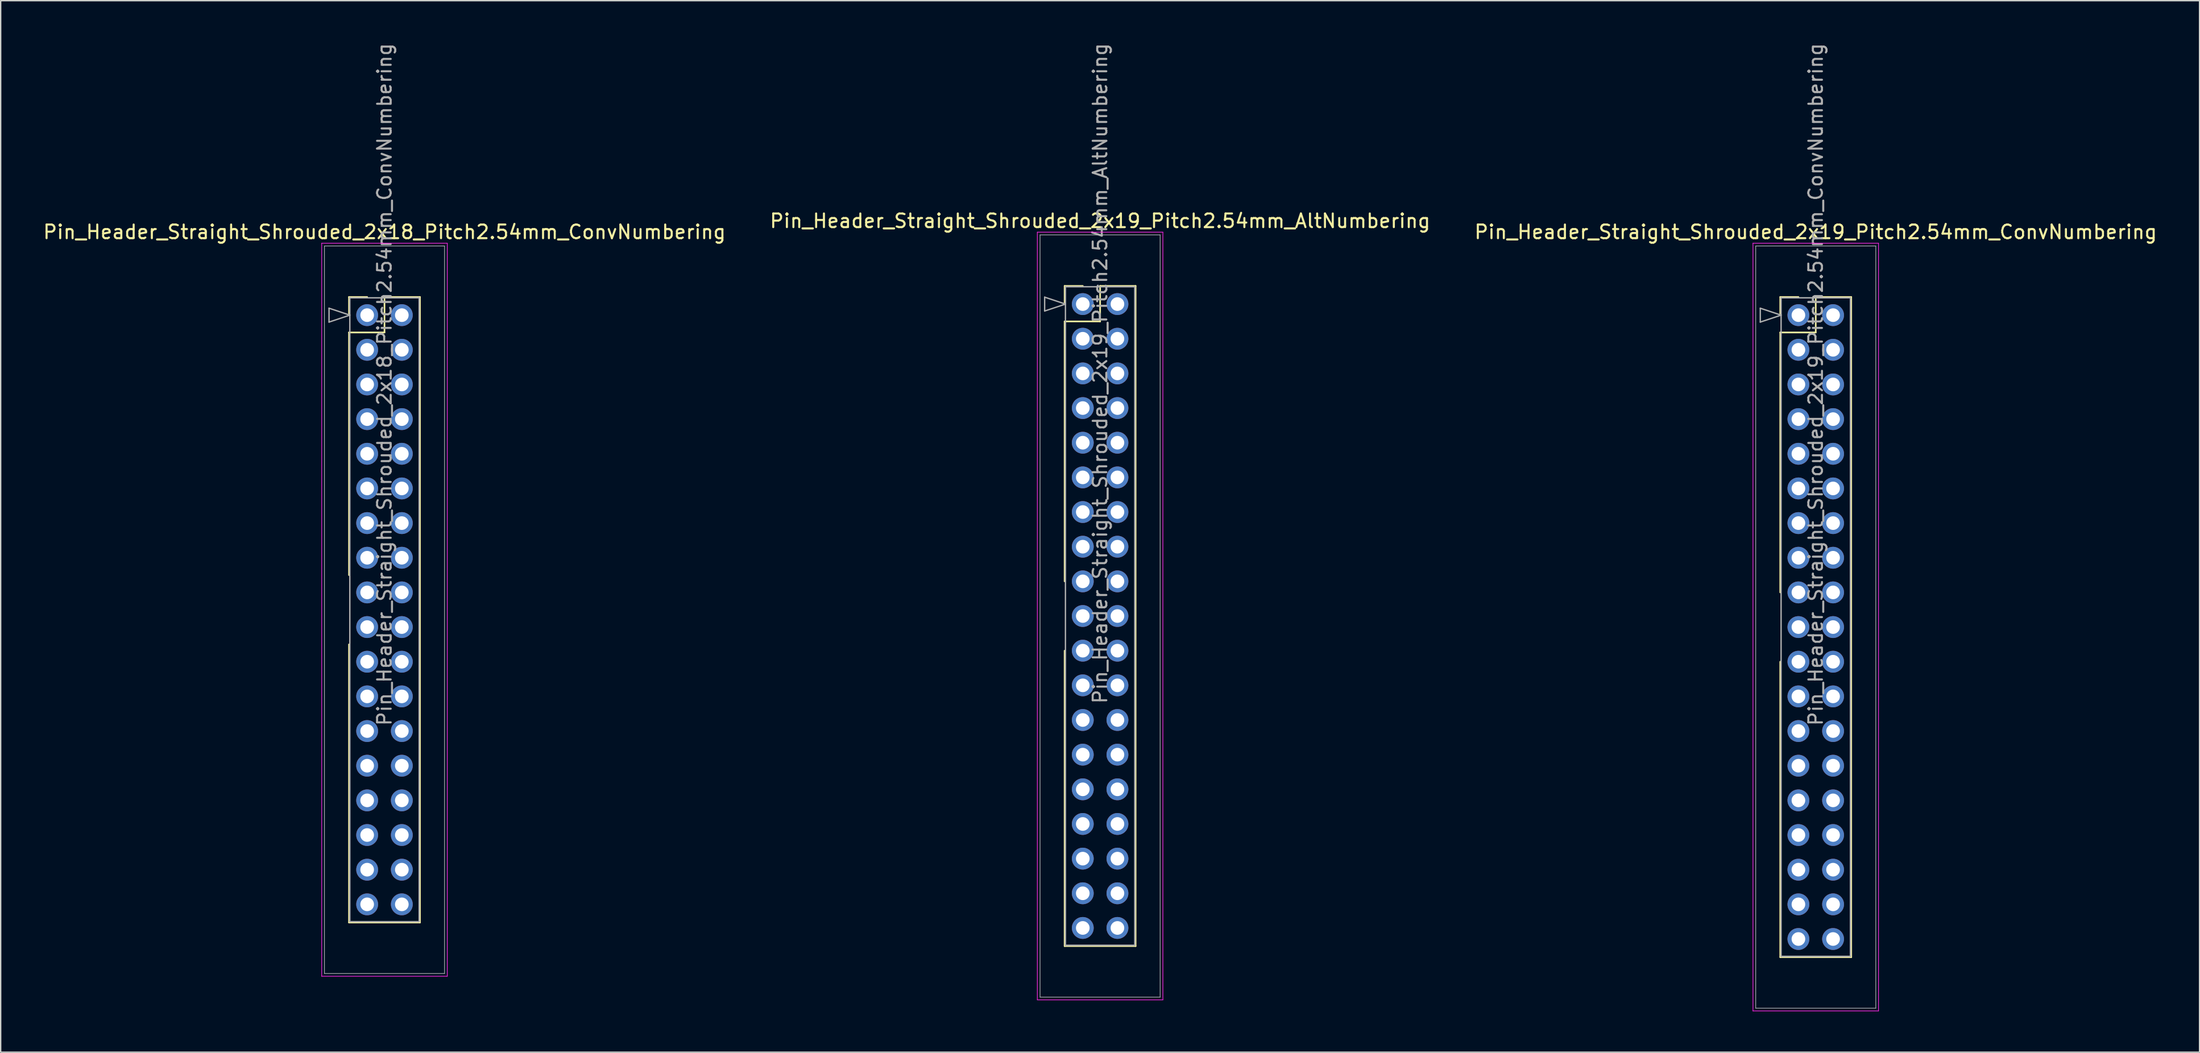
<source format=kicad_pcb>
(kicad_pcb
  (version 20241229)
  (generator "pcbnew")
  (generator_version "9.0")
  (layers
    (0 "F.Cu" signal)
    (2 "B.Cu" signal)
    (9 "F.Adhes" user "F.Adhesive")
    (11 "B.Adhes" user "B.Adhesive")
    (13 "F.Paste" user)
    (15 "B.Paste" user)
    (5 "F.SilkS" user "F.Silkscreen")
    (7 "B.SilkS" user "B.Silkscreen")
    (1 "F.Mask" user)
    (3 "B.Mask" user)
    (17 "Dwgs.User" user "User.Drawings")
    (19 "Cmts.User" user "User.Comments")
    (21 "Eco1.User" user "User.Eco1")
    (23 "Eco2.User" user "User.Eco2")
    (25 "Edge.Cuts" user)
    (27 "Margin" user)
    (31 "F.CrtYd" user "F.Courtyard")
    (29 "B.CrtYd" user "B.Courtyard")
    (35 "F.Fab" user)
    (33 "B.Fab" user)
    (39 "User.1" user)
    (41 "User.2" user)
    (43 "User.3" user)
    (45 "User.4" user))
  (footprint "Pin_Header_Straight_Shrouded_2x18_Pitch2.54mm_ConvNumbering"
    (layer "F.Cu")
    (at 23.855 20.045)
    (property "Reference" "Pin_Header_Straight_Shrouded_2x18_Pitch2.54mm_ConvNumbering" (at 1.27 -6.096 0) (layer "F.SilkS") (effects (font (size 1 1) (thickness 0.15))))
    (attr through_hole)
    (fp_line (start -1.33 -1.33) (end 0 -1.33) (stroke (width 0.12) (type solid)) (layer "F.SilkS"))
    (fp_line (start -1.33 0) (end -1.33 -1.33) (stroke (width 0.12) (type solid)) (layer "F.SilkS"))
    (fp_line (start -1.33 1.27) (end -1.33 19.05) (stroke (width 0.12) (type solid)) (layer "F.SilkS"))
    (fp_line (start -1.33 1.27) (end 1.27 1.27) (stroke (width 0.12) (type solid)) (layer "F.SilkS"))
    (fp_line (start -1.33 24.13) (end -1.33 44.51) (stroke (width 0.12) (type solid)) (layer "F.SilkS"))
    (fp_line (start -1.33 44.51) (end 3.87 44.51) (stroke (width 0.12) (type solid)) (layer "F.SilkS"))
    (fp_line (start 1.27 -1.33) (end 3.87 -1.33) (stroke (width 0.12) (type solid)) (layer "F.SilkS"))
    (fp_line (start 1.27 1.27) (end 1.27 -1.33) (stroke (width 0.12) (type solid)) (layer "F.SilkS"))
    (fp_line (start 3.87 -1.33) (end 3.87 44.51) (stroke (width 0.12) (type solid)) (layer "F.SilkS"))
    (fp_line (start -3.33 -5.27) (end -3.33 48.45) (stroke (width 0.05) (type solid)) (layer "F.CrtYd"))
    (fp_line (start -3.33 48.45) (end 5.87 48.45) (stroke (width 0.05) (type solid)) (layer "F.CrtYd"))
    (fp_line (start 5.87 -5.27) (end -3.33 -5.27) (stroke (width 0.05) (type solid)) (layer "F.CrtYd"))
    (fp_line (start 5.87 48.45) (end 5.87 -5.27) (stroke (width 0.05) (type solid)) (layer "F.CrtYd"))
    (fp_line (start -3.13 -5.07) (end -3.13 48.25) (stroke (width 0.05) (type solid)) (layer "F.Fab"))
    (fp_line (start -3.13 48.25) (end 5.67 48.25) (stroke (width 0.05) (type solid)) (layer "F.Fab"))
    (fp_line (start -2.794 -0.508) (end -1.27 0) (stroke (width 0.1) (type solid)) (layer "F.Fab"))
    (fp_line (start -2.794 0.508) (end -2.794 -0.508) (stroke (width 0.1) (type solid)) (layer "F.Fab"))
    (fp_line (start -1.27 -1.27) (end -1.27 44.45) (stroke (width 0.1) (type solid)) (layer "F.Fab"))
    (fp_line (start -1.27 0) (end -2.794 0.508) (stroke (width 0.1) (type solid)) (layer "F.Fab"))
    (fp_line (start -1.27 44.45) (end 3.81 44.45) (stroke (width 0.1) (type solid)) (layer "F.Fab"))
    (fp_line (start 3.81 -1.27) (end -1.27 -1.27) (stroke (width 0.1) (type solid)) (layer "F.Fab"))
    (fp_line (start 3.81 44.45) (end 3.81 -1.27) (stroke (width 0.1) (type solid)) (layer "F.Fab"))
    (fp_line (start 5.67 -5.07) (end -3.13 -5.07) (stroke (width 0.05) (type solid)) (layer "F.Fab"))
    (fp_line (start 5.67 48.25) (end 5.67 -5.07) (stroke (width 0.05) (type solid)) (layer "F.Fab"))
    (fp_text user "${REFERENCE}" (at 1.27 5.08 90) (layer "F.Fab") (effects (font (size 1 1) (thickness 0.15))))
    (pad "1" thru_hole oval (at 0 0) (size 1.6 1.6) (drill 1) (layers "*.Cu" "*.Mask"))
    (pad "2" thru_hole oval (at 2.54 0) (size 1.6 1.6) (drill 1) (layers "*.Cu" "*.Mask"))
    (pad "3" thru_hole oval (at 0 2.54) (size 1.6 1.6) (drill 1) (layers "*.Cu" "*.Mask"))
    (pad "4" thru_hole oval (at 2.54 2.54) (size 1.6 1.6) (drill 1) (layers "*.Cu" "*.Mask"))
    (pad "5" thru_hole oval (at 0 5.08) (size 1.6 1.6) (drill 1) (layers "*.Cu" "*.Mask"))
    (pad "6" thru_hole oval (at 2.54 5.08) (size 1.6 1.6) (drill 1) (layers "*.Cu" "*.Mask"))
    (pad "7" thru_hole oval (at 0 7.62) (size 1.6 1.6) (drill 1) (layers "*.Cu" "*.Mask"))
    (pad "8" thru_hole oval (at 2.54 7.62) (size 1.6 1.6) (drill 1) (layers "*.Cu" "*.Mask"))
    (pad "9" thru_hole oval (at 0 10.16) (size 1.6 1.6) (drill 1) (layers "*.Cu" "*.Mask"))
    (pad "10" thru_hole oval (at 2.54 10.16) (size 1.6 1.6) (drill 1) (layers "*.Cu" "*.Mask"))
    (pad "11" thru_hole oval (at 0 12.7) (size 1.6 1.6) (drill 1) (layers "*.Cu" "*.Mask"))
    (pad "12" thru_hole oval (at 2.54 12.7) (size 1.6 1.6) (drill 1) (layers "*.Cu" "*.Mask"))
    (pad "13" thru_hole oval (at 0 15.24) (size 1.6 1.6) (drill 1) (layers "*.Cu" "*.Mask"))
    (pad "14" thru_hole oval (at 2.54 15.24) (size 1.6 1.6) (drill 1) (layers "*.Cu" "*.Mask"))
    (pad "15" thru_hole oval (at 0 17.78) (size 1.6 1.6) (drill 1) (layers "*.Cu" "*.Mask"))
    (pad "16" thru_hole oval (at 2.54 17.78) (size 1.6 1.6) (drill 1) (layers "*.Cu" "*.Mask"))
    (pad "17" thru_hole oval (at 0 20.32) (size 1.6 1.6) (drill 1) (layers "*.Cu" "*.Mask"))
    (pad "18" thru_hole oval (at 2.54 20.32) (size 1.6 1.6) (drill 1) (layers "*.Cu" "*.Mask"))
    (pad "19" thru_hole oval (at 0 22.86) (size 1.6 1.6) (drill 1) (layers "*.Cu" "*.Mask"))
    (pad "20" thru_hole oval (at 2.54 22.86) (size 1.6 1.6) (drill 1) (layers "*.Cu" "*.Mask"))
    (pad "21" thru_hole oval (at 0 25.4) (size 1.6 1.6) (drill 1) (layers "*.Cu" "*.Mask"))
    (pad "22" thru_hole oval (at 2.54 25.4) (size 1.6 1.6) (drill 1) (layers "*.Cu" "*.Mask"))
    (pad "23" thru_hole oval (at 0 27.94) (size 1.6 1.6) (drill 1) (layers "*.Cu" "*.Mask"))
    (pad "24" thru_hole oval (at 2.54 27.94) (size 1.6 1.6) (drill 1) (layers "*.Cu" "*.Mask"))
    (pad "25" thru_hole oval (at 0 30.48) (size 1.6 1.6) (drill 1) (layers "*.Cu" "*.Mask"))
    (pad "26" thru_hole oval (at 2.54 30.48) (size 1.6 1.6) (drill 1) (layers "*.Cu" "*.Mask"))
    (pad "27" thru_hole oval (at 0 33.02) (size 1.6 1.6) (drill 1) (layers "*.Cu" "*.Mask"))
    (pad "28" thru_hole oval (at 2.54 33.02) (size 1.6 1.6) (drill 1) (layers "*.Cu" "*.Mask"))
    (pad "29" thru_hole oval (at 0 35.56) (size 1.6 1.6) (drill 1) (layers "*.Cu" "*.Mask"))
    (pad "30" thru_hole oval (at 2.54 35.56) (size 1.6 1.6) (drill 1) (layers "*.Cu" "*.Mask"))
    (pad "31" thru_hole oval (at 0 38.1) (size 1.6 1.6) (drill 1) (layers "*.Cu" "*.Mask"))
    (pad "32" thru_hole oval (at 2.54 38.1) (size 1.6 1.6) (drill 1) (layers "*.Cu" "*.Mask"))
    (pad "33" thru_hole oval (at 0 40.64) (size 1.6 1.6) (drill 1) (layers "*.Cu" "*.Mask"))
    (pad "34" thru_hole oval (at 2.54 40.64) (size 1.6 1.6) (drill 1) (layers "*.Cu" "*.Mask"))
    (pad "35" thru_hole oval (at 0 43.18) (size 1.6 1.6) (drill 1) (layers "*.Cu" "*.Mask"))
    (pad "36" thru_hole oval (at 2.54 43.18) (size 1.6 1.6) (drill 1) (layers "*.Cu" "*.Mask")))
  (footprint "Pin_Header_Straight_Shrouded_2x19_Pitch2.54mm_ConvNumbering"
    (layer "F.Cu")
    (at 128.736 20.045)
    (property "Reference" "Pin_Header_Straight_Shrouded_2x19_Pitch2.54mm_ConvNumbering" (at 1.27 -6.096 0) (layer "F.SilkS") (effects (font (size 1 1) (thickness 0.15))))
    (attr through_hole)
    (fp_line (start -1.33 -1.33) (end 0 -1.33) (stroke (width 0.12) (type solid)) (layer "F.SilkS"))
    (fp_line (start -1.33 0) (end -1.33 -1.33) (stroke (width 0.12) (type solid)) (layer "F.SilkS"))
    (fp_line (start -1.33 1.27) (end -1.33 20.32) (stroke (width 0.12) (type solid)) (layer "F.SilkS"))
    (fp_line (start -1.33 1.27) (end 1.27 1.27) (stroke (width 0.12) (type solid)) (layer "F.SilkS"))
    (fp_line (start -1.33 25.4) (end -1.33 47.05) (stroke (width 0.12) (type solid)) (layer "F.SilkS"))
    (fp_line (start -1.33 47.05) (end 3.87 47.05) (stroke (width 0.12) (type solid)) (layer "F.SilkS"))
    (fp_line (start 1.27 -1.33) (end 3.87 -1.33) (stroke (width 0.12) (type solid)) (layer "F.SilkS"))
    (fp_line (start 1.27 1.27) (end 1.27 -1.33) (stroke (width 0.12) (type solid)) (layer "F.SilkS"))
    (fp_line (start 3.87 -1.33) (end 3.87 47.05) (stroke (width 0.12) (type solid)) (layer "F.SilkS"))
    (fp_line (start -3.33 -5.27) (end -3.33 50.99) (stroke (width 0.05) (type solid)) (layer "F.CrtYd"))
    (fp_line (start -3.33 50.99) (end 5.87 50.99) (stroke (width 0.05) (type solid)) (layer "F.CrtYd"))
    (fp_line (start 5.87 -5.27) (end -3.33 -5.27) (stroke (width 0.05) (type solid)) (layer "F.CrtYd"))
    (fp_line (start 5.87 50.99) (end 5.87 -5.27) (stroke (width 0.05) (type solid)) (layer "F.CrtYd"))
    (fp_line (start -3.13 -5.07) (end -3.13 50.79) (stroke (width 0.05) (type solid)) (layer "F.Fab"))
    (fp_line (start -3.13 50.79) (end 5.67 50.79) (stroke (width 0.05) (type solid)) (layer "F.Fab"))
    (fp_line (start -2.794 -0.508) (end -1.27 0) (stroke (width 0.1) (type solid)) (layer "F.Fab"))
    (fp_line (start -2.794 0.508) (end -2.794 -0.508) (stroke (width 0.1) (type solid)) (layer "F.Fab"))
    (fp_line (start -1.27 -1.27) (end -1.27 46.99) (stroke (width 0.1) (type solid)) (layer "F.Fab"))
    (fp_line (start -1.27 0) (end -2.794 0.508) (stroke (width 0.1) (type solid)) (layer "F.Fab"))
    (fp_line (start -1.27 46.99) (end 3.81 46.99) (stroke (width 0.1) (type solid)) (layer "F.Fab"))
    (fp_line (start 3.81 -1.27) (end -1.27 -1.27) (stroke (width 0.1) (type solid)) (layer "F.Fab"))
    (fp_line (start 3.81 46.99) (end 3.81 -1.27) (stroke (width 0.1) (type solid)) (layer "F.Fab"))
    (fp_line (start 5.67 -5.07) (end -3.13 -5.07) (stroke (width 0.05) (type solid)) (layer "F.Fab"))
    (fp_line (start 5.67 50.79) (end 5.67 -5.07) (stroke (width 0.05) (type solid)) (layer "F.Fab"))
    (fp_text user "${REFERENCE}" (at 1.27 5.08 90) (layer "F.Fab") (effects (font (size 1 1) (thickness 0.15))))
    (pad "1" thru_hole oval (at 0 0) (size 1.6 1.6) (drill 1) (layers "*.Cu" "*.Mask"))
    (pad "2" thru_hole oval (at 2.54 0) (size 1.6 1.6) (drill 1) (layers "*.Cu" "*.Mask"))
    (pad "3" thru_hole oval (at 0 2.54) (size 1.6 1.6) (drill 1) (layers "*.Cu" "*.Mask"))
    (pad "4" thru_hole oval (at 2.54 2.54) (size 1.6 1.6) (drill 1) (layers "*.Cu" "*.Mask"))
    (pad "5" thru_hole oval (at 0 5.08) (size 1.6 1.6) (drill 1) (layers "*.Cu" "*.Mask"))
    (pad "6" thru_hole oval (at 2.54 5.08) (size 1.6 1.6) (drill 1) (layers "*.Cu" "*.Mask"))
    (pad "7" thru_hole oval (at 0 7.62) (size 1.6 1.6) (drill 1) (layers "*.Cu" "*.Mask"))
    (pad "8" thru_hole oval (at 2.54 7.62) (size 1.6 1.6) (drill 1) (layers "*.Cu" "*.Mask"))
    (pad "9" thru_hole oval (at 0 10.16) (size 1.6 1.6) (drill 1) (layers "*.Cu" "*.Mask"))
    (pad "10" thru_hole oval (at 2.54 10.16) (size 1.6 1.6) (drill 1) (layers "*.Cu" "*.Mask"))
    (pad "11" thru_hole oval (at 0 12.7) (size 1.6 1.6) (drill 1) (layers "*.Cu" "*.Mask"))
    (pad "12" thru_hole oval (at 2.54 12.7) (size 1.6 1.6) (drill 1) (layers "*.Cu" "*.Mask"))
    (pad "13" thru_hole oval (at 0 15.24) (size 1.6 1.6) (drill 1) (layers "*.Cu" "*.Mask"))
    (pad "14" thru_hole oval (at 2.54 15.24) (size 1.6 1.6) (drill 1) (layers "*.Cu" "*.Mask"))
    (pad "15" thru_hole oval (at 0 17.78) (size 1.6 1.6) (drill 1) (layers "*.Cu" "*.Mask"))
    (pad "16" thru_hole oval (at 2.54 17.78) (size 1.6 1.6) (drill 1) (layers "*.Cu" "*.Mask"))
    (pad "17" thru_hole oval (at 0 20.32) (size 1.6 1.6) (drill 1) (layers "*.Cu" "*.Mask"))
    (pad "18" thru_hole oval (at 2.54 20.32) (size 1.6 1.6) (drill 1) (layers "*.Cu" "*.Mask"))
    (pad "19" thru_hole oval (at 0 22.86) (size 1.6 1.6) (drill 1) (layers "*.Cu" "*.Mask"))
    (pad "20" thru_hole oval (at 2.54 22.86) (size 1.6 1.6) (drill 1) (layers "*.Cu" "*.Mask"))
    (pad "21" thru_hole oval (at 0 25.4) (size 1.6 1.6) (drill 1) (layers "*.Cu" "*.Mask"))
    (pad "22" thru_hole oval (at 2.54 25.4) (size 1.6 1.6) (drill 1) (layers "*.Cu" "*.Mask"))
    (pad "23" thru_hole oval (at 0 27.94) (size 1.6 1.6) (drill 1) (layers "*.Cu" "*.Mask"))
    (pad "24" thru_hole oval (at 2.54 27.94) (size 1.6 1.6) (drill 1) (layers "*.Cu" "*.Mask"))
    (pad "25" thru_hole oval (at 0 30.48) (size 1.6 1.6) (drill 1) (layers "*.Cu" "*.Mask"))
    (pad "26" thru_hole oval (at 2.54 30.48) (size 1.6 1.6) (drill 1) (layers "*.Cu" "*.Mask"))
    (pad "27" thru_hole oval (at 0 33.02) (size 1.6 1.6) (drill 1) (layers "*.Cu" "*.Mask"))
    (pad "28" thru_hole oval (at 2.54 33.02) (size 1.6 1.6) (drill 1) (layers "*.Cu" "*.Mask"))
    (pad "29" thru_hole oval (at 0 35.56) (size 1.6 1.6) (drill 1) (layers "*.Cu" "*.Mask"))
    (pad "30" thru_hole oval (at 2.54 35.56) (size 1.6 1.6) (drill 1) (layers "*.Cu" "*.Mask"))
    (pad "31" thru_hole oval (at 0 38.1) (size 1.6 1.6) (drill 1) (layers "*.Cu" "*.Mask"))
    (pad "32" thru_hole oval (at 2.54 38.1) (size 1.6 1.6) (drill 1) (layers "*.Cu" "*.Mask"))
    (pad "33" thru_hole oval (at 0 40.64) (size 1.6 1.6) (drill 1) (layers "*.Cu" "*.Mask"))
    (pad "34" thru_hole oval (at 2.54 40.64) (size 1.6 1.6) (drill 1) (layers "*.Cu" "*.Mask"))
    (pad "35" thru_hole oval (at 0 43.18) (size 1.6 1.6) (drill 1) (layers "*.Cu" "*.Mask"))
    (pad "36" thru_hole oval (at 2.54 43.18) (size 1.6 1.6) (drill 1) (layers "*.Cu" "*.Mask"))
    (pad "37" thru_hole oval (at 0 45.72) (size 1.6 1.6) (drill 1) (layers "*.Cu" "*.Mask"))
    (pad "38" thru_hole oval (at 2.54 45.72) (size 1.6 1.6) (drill 1) (layers "*.Cu" "*.Mask")))
  (footprint "Pin_Header_Straight_Shrouded_2x19_Pitch2.54mm_AltNumbering"
    (layer "F.Cu")
    (at 76.295 19.235)
    (property "Reference" "Pin_Header_Straight_Shrouded_2x19_Pitch2.54mm_AltNumbering" (at 1.27 -6.096 0) (layer "F.SilkS") (effects (font (size 1 1) (thickness 0.15))))
    (attr through_hole)
    (fp_line (start -1.33 -1.33) (end 0 -1.33) (stroke (width 0.12) (type solid)) (layer "F.SilkS"))
    (fp_line (start -1.33 0) (end -1.33 -1.33) (stroke (width 0.12) (type solid)) (layer "F.SilkS"))
    (fp_line (start -1.33 1.27) (end -1.33 20.32) (stroke (width 0.12) (type solid)) (layer "F.SilkS"))
    (fp_line (start -1.33 1.27) (end 1.27 1.27) (stroke (width 0.12) (type solid)) (layer "F.SilkS"))
    (fp_line (start -1.33 25.4) (end -1.33 47.05) (stroke (width 0.12) (type solid)) (layer "F.SilkS"))
    (fp_line (start -1.33 47.05) (end 3.87 47.05) (stroke (width 0.12) (type solid)) (layer "F.SilkS"))
    (fp_line (start 1.27 -1.33) (end 3.87 -1.33) (stroke (width 0.12) (type solid)) (layer "F.SilkS"))
    (fp_line (start 1.27 1.27) (end 1.27 -1.33) (stroke (width 0.12) (type solid)) (layer "F.SilkS"))
    (fp_line (start 3.87 -1.33) (end 3.87 47.05) (stroke (width 0.12) (type solid)) (layer "F.SilkS"))
    (fp_line (start -3.33 -5.27) (end -3.33 50.99) (stroke (width 0.05) (type solid)) (layer "F.CrtYd"))
    (fp_line (start -3.33 50.99) (end 5.87 50.99) (stroke (width 0.05) (type solid)) (layer "F.CrtYd"))
    (fp_line (start 5.87 -5.27) (end -3.33 -5.27) (stroke (width 0.05) (type solid)) (layer "F.CrtYd"))
    (fp_line (start 5.87 50.99) (end 5.87 -5.27) (stroke (width 0.05) (type solid)) (layer "F.CrtYd"))
    (fp_line (start -3.13 -5.07) (end -3.13 50.79) (stroke (width 0.05) (type solid)) (layer "F.Fab"))
    (fp_line (start -3.13 50.79) (end 5.67 50.79) (stroke (width 0.05) (type solid)) (layer "F.Fab"))
    (fp_line (start -2.794 -0.508) (end -1.27 0) (stroke (width 0.1) (type solid)) (layer "F.Fab"))
    (fp_line (start -2.794 0.508) (end -2.794 -0.508) (stroke (width 0.1) (type solid)) (layer "F.Fab"))
    (fp_line (start -1.27 -1.27) (end -1.27 46.99) (stroke (width 0.1) (type solid)) (layer "F.Fab"))
    (fp_line (start -1.27 0) (end -2.794 0.508) (stroke (width 0.1) (type solid)) (layer "F.Fab"))
    (fp_line (start -1.27 46.99) (end 3.81 46.99) (stroke (width 0.1) (type solid)) (layer "F.Fab"))
    (fp_line (start 3.81 -1.27) (end -1.27 -1.27) (stroke (width 0.1) (type solid)) (layer "F.Fab"))
    (fp_line (start 3.81 46.99) (end 3.81 -1.27) (stroke (width 0.1) (type solid)) (layer "F.Fab"))
    (fp_line (start 5.67 -5.07) (end -3.13 -5.07) (stroke (width 0.05) (type solid)) (layer "F.Fab"))
    (fp_line (start 5.67 50.79) (end 5.67 -5.07) (stroke (width 0.05) (type solid)) (layer "F.Fab"))
    (fp_text user "${REFERENCE}" (at 1.27 5.08 90) (layer "F.Fab") (effects (font (size 1 1) (thickness 0.15))))
    (pad "1" thru_hole oval (at 0 0) (size 1.6 1.6) (drill 1) (layers "*.Cu" "*.Mask"))
    (pad "2" thru_hole oval (at 0 2.54) (size 1.6 1.6) (drill 1) (layers "*.Cu" "*.Mask"))
    (pad "3" thru_hole oval (at 0 5.08) (size 1.6 1.6) (drill 1) (layers "*.Cu" "*.Mask"))
    (pad "4" thru_hole oval (at 0 7.62) (size 1.6 1.6) (drill 1) (layers "*.Cu" "*.Mask"))
    (pad "5" thru_hole oval (at 0 10.16) (size 1.6 1.6) (drill 1) (layers "*.Cu" "*.Mask"))
    (pad "6" thru_hole oval (at 0 12.7) (size 1.6 1.6) (drill 1) (layers "*.Cu" "*.Mask"))
    (pad "7" thru_hole oval (at 0 15.24) (size 1.6 1.6) (drill 1) (layers "*.Cu" "*.Mask"))
    (pad "8" thru_hole oval (at 0 17.78) (size 1.6 1.6) (drill 1) (layers "*.Cu" "*.Mask"))
    (pad "9" thru_hole oval (at 0 20.32) (size 1.6 1.6) (drill 1) (layers "*.Cu" "*.Mask"))
    (pad "10" thru_hole oval (at 0 22.86) (size 1.6 1.6) (drill 1) (layers "*.Cu" "*.Mask"))
    (pad "11" thru_hole oval (at 0 25.4) (size 1.6 1.6) (drill 1) (layers "*.Cu" "*.Mask"))
    (pad "12" thru_hole oval (at 0 27.94) (size 1.6 1.6) (drill 1) (layers "*.Cu" "*.Mask"))
    (pad "13" thru_hole oval (at 0 30.48) (size 1.6 1.6) (drill 1) (layers "*.Cu" "*.Mask"))
    (pad "14" thru_hole oval (at 0 33.02) (size 1.6 1.6) (drill 1) (layers "*.Cu" "*.Mask"))
    (pad "15" thru_hole oval (at 0 35.56) (size 1.6 1.6) (drill 1) (layers "*.Cu" "*.Mask"))
    (pad "16" thru_hole oval (at 0 38.1) (size 1.6 1.6) (drill 1) (layers "*.Cu" "*.Mask"))
    (pad "17" thru_hole oval (at 0 40.64) (size 1.6 1.6) (drill 1) (layers "*.Cu" "*.Mask"))
    (pad "18" thru_hole oval (at 0 43.18) (size 1.6 1.6) (drill 1) (layers "*.Cu" "*.Mask"))
    (pad "19" thru_hole oval (at 0 45.72) (size 1.6 1.6) (drill 1) (layers "*.Cu" "*.Mask"))
    (pad "20" thru_hole oval (at 2.54 0) (size 1.6 1.6) (drill 1) (layers "*.Cu" "*.Mask"))
    (pad "21" thru_hole oval (at 2.54 2.54) (size 1.6 1.6) (drill 1) (layers "*.Cu" "*.Mask"))
    (pad "22" thru_hole oval (at 2.54 5.08) (size 1.6 1.6) (drill 1) (layers "*.Cu" "*.Mask"))
    (pad "23" thru_hole oval (at 2.54 7.62) (size 1.6 1.6) (drill 1) (layers "*.Cu" "*.Mask"))
    (pad "24" thru_hole oval (at 2.54 10.16) (size 1.6 1.6) (drill 1) (layers "*.Cu" "*.Mask"))
    (pad "25" thru_hole oval (at 2.54 12.7) (size 1.6 1.6) (drill 1) (layers "*.Cu" "*.Mask"))
    (pad "26" thru_hole oval (at 2.54 15.24) (size 1.6 1.6) (drill 1) (layers "*.Cu" "*.Mask"))
    (pad "27" thru_hole oval (at 2.54 17.78) (size 1.6 1.6) (drill 1) (layers "*.Cu" "*.Mask"))
    (pad "28" thru_hole oval (at 2.54 20.32) (size 1.6 1.6) (drill 1) (layers "*.Cu" "*.Mask"))
    (pad "29" thru_hole oval (at 2.54 22.86) (size 1.6 1.6) (drill 1) (layers "*.Cu" "*.Mask"))
    (pad "30" thru_hole oval (at 2.54 25.4) (size 1.6 1.6) (drill 1) (layers "*.Cu" "*.Mask"))
    (pad "31" thru_hole oval (at 2.54 27.94) (size 1.6 1.6) (drill 1) (layers "*.Cu" "*.Mask"))
    (pad "32" thru_hole oval (at 2.54 30.48) (size 1.6 1.6) (drill 1) (layers "*.Cu" "*.Mask"))
    (pad "33" thru_hole oval (at 2.54 33.02) (size 1.6 1.6) (drill 1) (layers "*.Cu" "*.Mask"))
    (pad "34" thru_hole oval (at 2.54 35.56) (size 1.6 1.6) (drill 1) (layers "*.Cu" "*.Mask"))
    (pad "35" thru_hole oval (at 2.54 38.1) (size 1.6 1.6) (drill 1) (layers "*.Cu" "*.Mask"))
    (pad "36" thru_hole oval (at 2.54 40.64) (size 1.6 1.6) (drill 1) (layers "*.Cu" "*.Mask"))
    (pad "37" thru_hole oval (at 2.54 43.18) (size 1.6 1.6) (drill 1) (layers "*.Cu" "*.Mask"))
    (pad "38" thru_hole oval (at 2.54 45.72) (size 1.6 1.6) (drill 1) (layers "*.Cu" "*.Mask")))
  (gr_rect
    (start -3 -3)
    (end 158.131 74.06)
    (stroke (width 0.1) (type default))
    (fill no)
    (layer "Edge.Cuts")))
</source>
